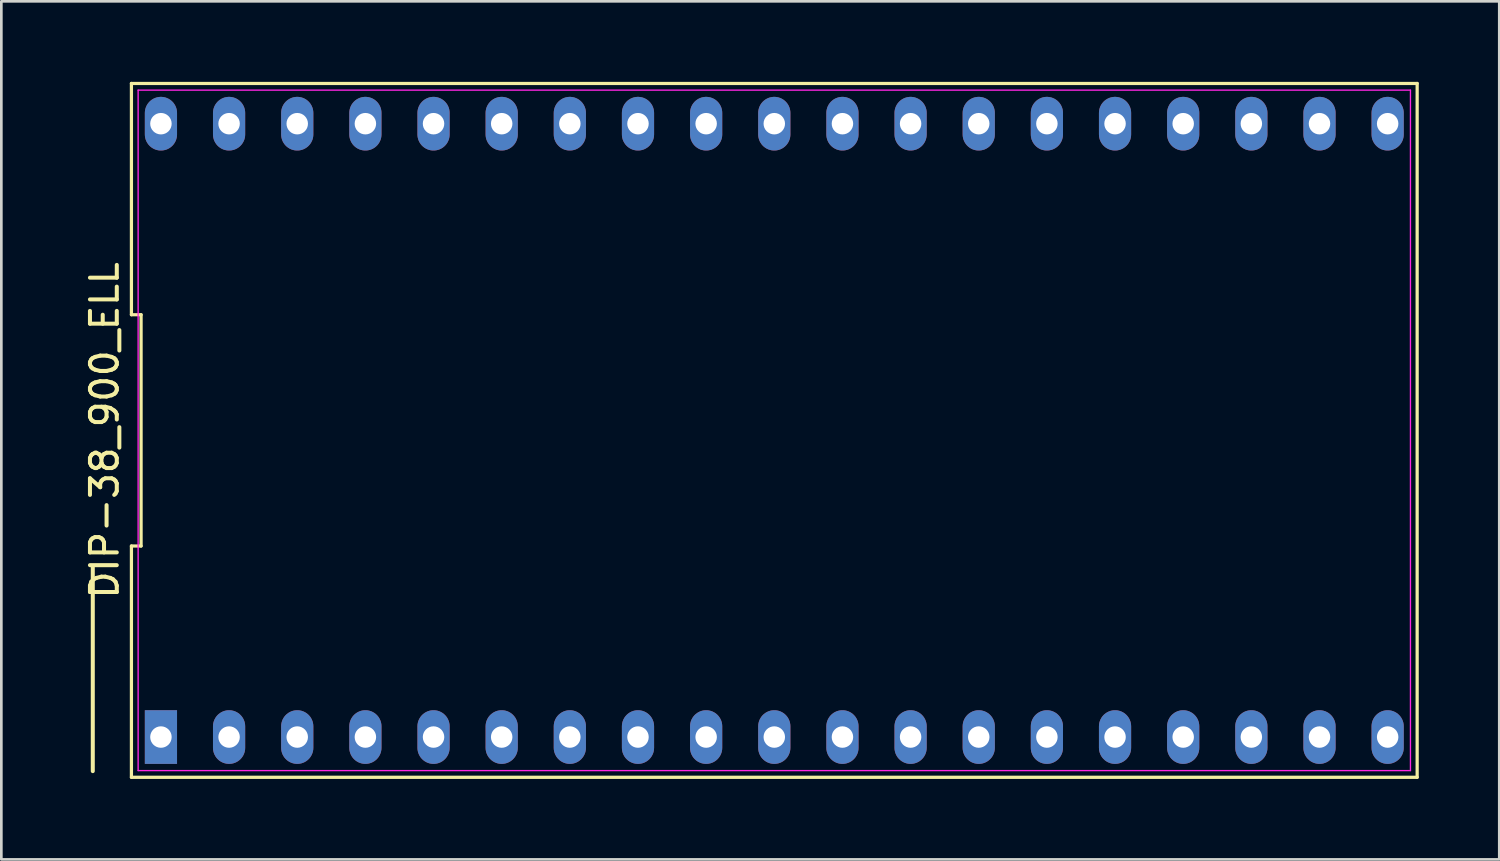
<source format=kicad_pcb>
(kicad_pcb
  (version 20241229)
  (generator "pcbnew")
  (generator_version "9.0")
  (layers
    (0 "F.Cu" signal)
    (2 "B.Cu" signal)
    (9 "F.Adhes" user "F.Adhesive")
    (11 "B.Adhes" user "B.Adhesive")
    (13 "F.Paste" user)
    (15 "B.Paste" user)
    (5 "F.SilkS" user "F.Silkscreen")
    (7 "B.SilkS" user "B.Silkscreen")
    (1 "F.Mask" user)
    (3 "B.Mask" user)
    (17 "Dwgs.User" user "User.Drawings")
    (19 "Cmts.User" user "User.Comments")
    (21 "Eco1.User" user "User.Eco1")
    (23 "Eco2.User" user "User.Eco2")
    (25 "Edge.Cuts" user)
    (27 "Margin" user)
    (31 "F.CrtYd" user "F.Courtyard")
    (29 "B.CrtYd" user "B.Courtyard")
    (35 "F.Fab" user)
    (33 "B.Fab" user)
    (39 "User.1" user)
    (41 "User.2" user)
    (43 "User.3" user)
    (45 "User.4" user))
  (footprint "DIP-38_900_ELL"
    (layer "F.Cu")
    (at 25.808 12.99)
    (property "Reference" "DIP-38_900_ELL" (at -24.96 0 90) (layer "F.SilkS") (effects (font (size 1 1) (thickness 0.15))))
    (attr through_hole)
    (fp_line (start -25.4 5.08) (end -25.4 12.7) (stroke (width 0.15) (type solid)) (layer "F.SilkS"))
    (fp_line (start -23.96 -12.93) (end -23.96 -4.31) (stroke (width 0.12) (type solid)) (layer "F.SilkS"))
    (fp_line (start -23.96 -4.31) (end -23.6 -4.31) (stroke (width 0.12) (type solid)) (layer "F.SilkS"))
    (fp_line (start -23.96 4.31) (end -23.96 12.93) (stroke (width 0.12) (type solid)) (layer "F.SilkS"))
    (fp_line (start -23.96 12.93) (end 23.96 12.93) (stroke (width 0.12) (type solid)) (layer "F.SilkS"))
    (fp_line (start -23.6 -4.31) (end -23.6 4.31) (stroke (width 0.12) (type solid)) (layer "F.SilkS"))
    (fp_line (start -23.6 4.31) (end -23.96 4.31) (stroke (width 0.12) (type solid)) (layer "F.SilkS"))
    (fp_line (start 23.96 -12.93) (end -23.96 -12.93) (stroke (width 0.12) (type solid)) (layer "F.SilkS"))
    (fp_line (start 23.96 12.93) (end 23.96 -12.93) (stroke (width 0.12) (type solid)) (layer "F.SilkS"))
    (fp_line (start -23.71 -12.68) (end 23.71 -12.68) (stroke (width 0.05) (type solid)) (layer "F.CrtYd"))
    (fp_line (start -23.71 12.68) (end -23.71 -12.68) (stroke (width 0.05) (type solid)) (layer "F.CrtYd"))
    (fp_line (start 23.71 -12.68) (end 23.71 12.68) (stroke (width 0.05) (type solid)) (layer "F.CrtYd"))
    (fp_line (start 23.71 12.68) (end -23.71 12.68) (stroke (width 0.05) (type solid)) (layer "F.CrtYd"))
    (pad "1" thru_hole rect (at -22.86 11.43) (size 1.2 2) (drill 0.8) (layers "*.Cu" "*.Mask"))
    (pad "2" thru_hole oval (at -20.32 11.43) (size 1.2 2) (drill 0.8) (layers "*.Cu" "*.Mask"))
    (pad "3" thru_hole oval (at -17.78 11.43) (size 1.2 2) (drill 0.8) (layers "*.Cu" "*.Mask"))
    (pad "4" thru_hole oval (at -15.24 11.43) (size 1.2 2) (drill 0.8) (layers "*.Cu" "*.Mask"))
    (pad "5" thru_hole oval (at -12.7 11.43) (size 1.2 2) (drill 0.8) (layers "*.Cu" "*.Mask"))
    (pad "6" thru_hole oval (at -10.16 11.43) (size 1.2 2) (drill 0.8) (layers "*.Cu" "*.Mask"))
    (pad "7" thru_hole oval (at -7.62 11.43) (size 1.2 2) (drill 0.8) (layers "*.Cu" "*.Mask"))
    (pad "8" thru_hole oval (at -5.08 11.43) (size 1.2 2) (drill 0.8) (layers "*.Cu" "*.Mask"))
    (pad "9" thru_hole oval (at -2.54 11.43) (size 1.2 2) (drill 0.8) (layers "*.Cu" "*.Mask"))
    (pad "10" thru_hole oval (at 0 11.43) (size 1.2 2) (drill 0.8) (layers "*.Cu" "*.Mask"))
    (pad "11" thru_hole oval (at 2.54 11.43) (size 1.2 2) (drill 0.8) (layers "*.Cu" "*.Mask"))
    (pad "12" thru_hole oval (at 5.08 11.43) (size 1.2 2) (drill 0.8) (layers "*.Cu" "*.Mask"))
    (pad "13" thru_hole oval (at 7.62 11.43) (size 1.2 2) (drill 0.8) (layers "*.Cu" "*.Mask"))
    (pad "14" thru_hole oval (at 10.16 11.43) (size 1.2 2) (drill 0.8) (layers "*.Cu" "*.Mask"))
    (pad "15" thru_hole oval (at 12.7 11.43) (size 1.2 2) (drill 0.8) (layers "*.Cu" "*.Mask"))
    (pad "16" thru_hole oval (at 15.24 11.43) (size 1.2 2) (drill 0.8) (layers "*.Cu" "*.Mask"))
    (pad "17" thru_hole oval (at 17.78 11.43) (size 1.2 2) (drill 0.8) (layers "*.Cu" "*.Mask"))
    (pad "18" thru_hole oval (at 20.32 11.43) (size 1.2 2) (drill 0.8) (layers "*.Cu" "*.Mask"))
    (pad "19" thru_hole oval (at 22.86 11.43) (size 1.2 2) (drill 0.8) (layers "*.Cu" "*.Mask"))
    (pad "20" thru_hole oval (at 22.86 -11.43) (size 1.2 2) (drill 0.8) (layers "*.Cu" "*.Mask"))
    (pad "21" thru_hole oval (at 20.32 -11.43) (size 1.2 2) (drill 0.8) (layers "*.Cu" "*.Mask"))
    (pad "22" thru_hole oval (at 17.78 -11.43) (size 1.2 2) (drill 0.8) (layers "*.Cu" "*.Mask"))
    (pad "23" thru_hole oval (at 15.24 -11.43) (size 1.2 2) (drill 0.8) (layers "*.Cu" "*.Mask"))
    (pad "24" thru_hole oval (at 12.7 -11.43) (size 1.2 2) (drill 0.8) (layers "*.Cu" "*.Mask"))
    (pad "25" thru_hole oval (at 10.16 -11.43) (size 1.2 2) (drill 0.8) (layers "*.Cu" "*.Mask"))
    (pad "26" thru_hole oval (at 7.62 -11.43) (size 1.2 2) (drill 0.8) (layers "*.Cu" "*.Mask"))
    (pad "27" thru_hole oval (at 5.08 -11.43) (size 1.2 2) (drill 0.8) (layers "*.Cu" "*.Mask"))
    (pad "28" thru_hole oval (at 2.54 -11.43) (size 1.2 2) (drill 0.8) (layers "*.Cu" "*.Mask"))
    (pad "29" thru_hole oval (at 0 -11.43) (size 1.2 2) (drill 0.8) (layers "*.Cu" "*.Mask"))
    (pad "30" thru_hole oval (at -2.54 -11.43) (size 1.2 2) (drill 0.8) (layers "*.Cu" "*.Mask"))
    (pad "31" thru_hole oval (at -5.08 -11.43) (size 1.2 2) (drill 0.8) (layers "*.Cu" "*.Mask"))
    (pad "32" thru_hole oval (at -7.62 -11.43) (size 1.2 2) (drill 0.8) (layers "*.Cu" "*.Mask"))
    (pad "33" thru_hole oval (at -10.16 -11.43) (size 1.2 2) (drill 0.8) (layers "*.Cu" "*.Mask"))
    (pad "34" thru_hole oval (at -12.7 -11.43) (size 1.2 2) (drill 0.8) (layers "*.Cu" "*.Mask"))
    (pad "35" thru_hole oval (at -15.24 -11.43) (size 1.2 2) (drill 0.8) (layers "*.Cu" "*.Mask"))
    (pad "36" thru_hole oval (at -17.78 -11.43) (size 1.2 2) (drill 0.8) (layers "*.Cu" "*.Mask"))
    (pad "37" thru_hole oval (at -20.32 -11.43) (size 1.2 2) (drill 0.8) (layers "*.Cu" "*.Mask"))
    (pad "38" thru_hole oval (at -22.86 -11.43) (size 1.2 2) (drill 0.8) (layers "*.Cu" "*.Mask")))
  (gr_rect
    (start -3 -3)
    (end 52.828 28.98)
    (stroke (width 0.1) (type default))
    (fill no)
    (layer "Edge.Cuts")))
</source>
